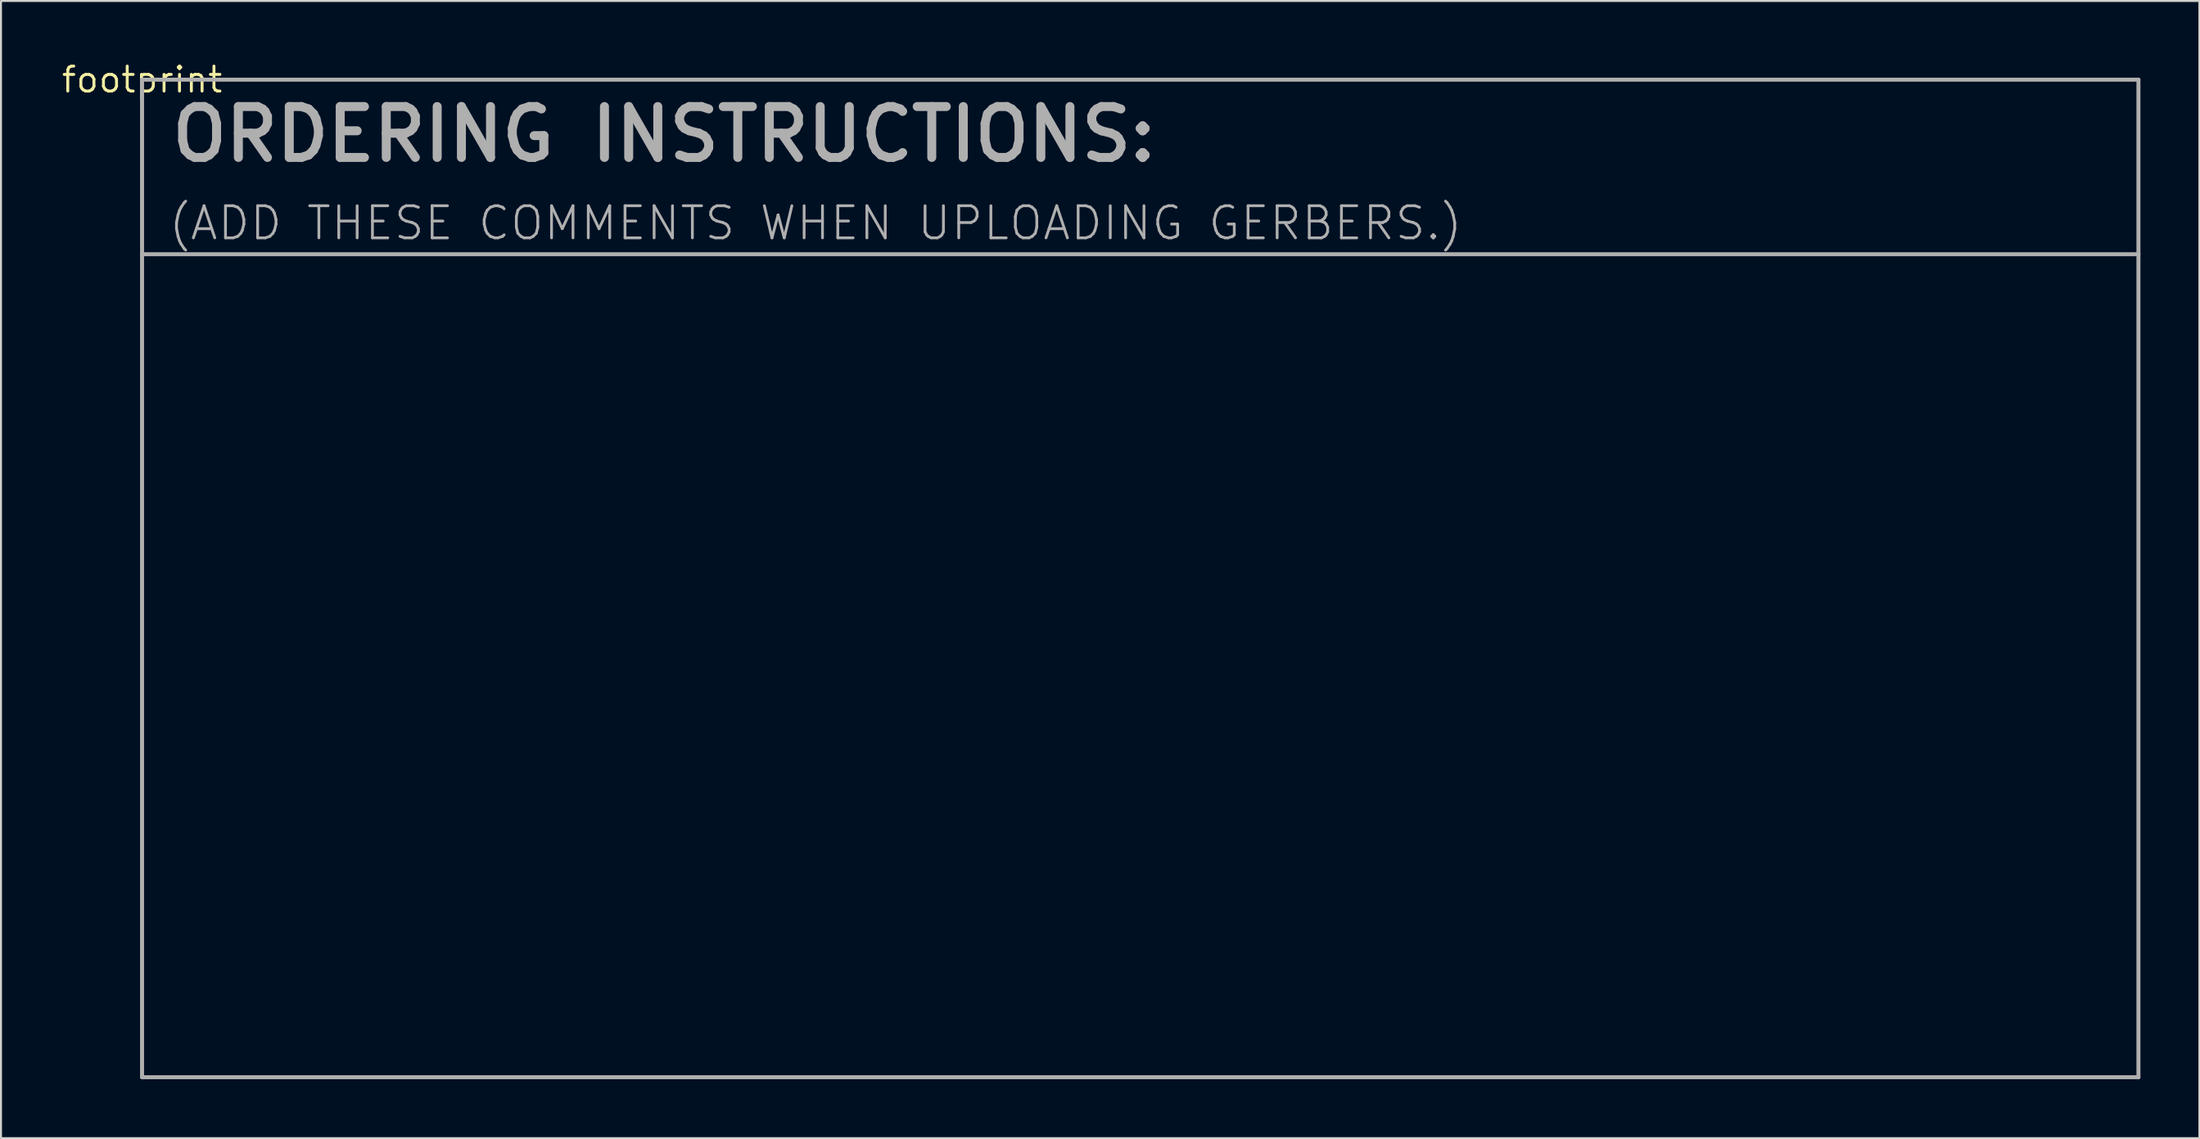
<source format=kicad_pcb>
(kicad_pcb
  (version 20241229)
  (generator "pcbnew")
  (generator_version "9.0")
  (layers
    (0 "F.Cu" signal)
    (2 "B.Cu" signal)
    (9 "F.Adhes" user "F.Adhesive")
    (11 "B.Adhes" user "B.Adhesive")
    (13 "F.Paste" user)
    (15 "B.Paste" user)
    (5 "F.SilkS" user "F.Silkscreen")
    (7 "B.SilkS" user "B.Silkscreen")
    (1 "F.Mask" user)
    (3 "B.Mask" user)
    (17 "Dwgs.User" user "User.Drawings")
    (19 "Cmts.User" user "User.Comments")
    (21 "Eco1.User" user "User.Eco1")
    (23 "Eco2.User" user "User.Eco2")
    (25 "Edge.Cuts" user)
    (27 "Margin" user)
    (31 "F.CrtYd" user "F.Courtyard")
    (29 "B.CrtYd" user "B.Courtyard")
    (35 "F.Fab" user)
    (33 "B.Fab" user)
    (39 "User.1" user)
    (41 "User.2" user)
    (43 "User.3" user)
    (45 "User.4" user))
  (footprint "footprint"
    (layer "F.Cu")
    (at 4.18 1.006)
    (property "Reference" "footprint" (at 0 0 0) (layer "F.SilkS") (effects (font (size 1.27 1.27) (thickness 0.15))))
    (fp_line (start 0 0) (end 101.6 0) (stroke (width 0.203) (type solid)) (layer "F.Fab"))
    (fp_line (start 0 8.89) (end 0 0) (stroke (width 0.203) (type solid)) (layer "F.Fab"))
    (fp_line (start 0 8.89) (end 101.6 8.89) (stroke (width 0.203) (type solid)) (layer "F.Fab"))
    (fp_line (start 0 50.8) (end 0 8.89) (stroke (width 0.203) (type solid)) (layer "F.Fab"))
    (fp_line (start 101.6 0) (end 101.6 8.89) (stroke (width 0.203) (type solid)) (layer "F.Fab"))
    (fp_line (start 101.6 8.89) (end 101.6 50.8) (stroke (width 0.203) (type solid)) (layer "F.Fab"))
    (fp_line (start 101.6 50.8) (end 0 50.8) (stroke (width 0.203) (type solid)) (layer "F.Fab"))
    (fp_text user "ORDERING INSTRUCTIONS:" (at 1.27 1.27 0) (layer "F.Fab") (effects (font (size 2.591 2.591) (thickness 0.457)) (justify left top)))
    (fp_text user "(ADD THESE COMMENTS WHEN UPLOADING GERBERS.)" (at 1.27 6.35 0) (layer "F.Fab") (effects (font (size 1.636 1.636) (thickness 0.142)) (justify left top))))
  (gr_rect
    (start -3 -3)
    (end 108.882 54.908)
    (stroke (width 0.1) (type default))
    (fill no)
    (layer "Edge.Cuts")))
</source>
